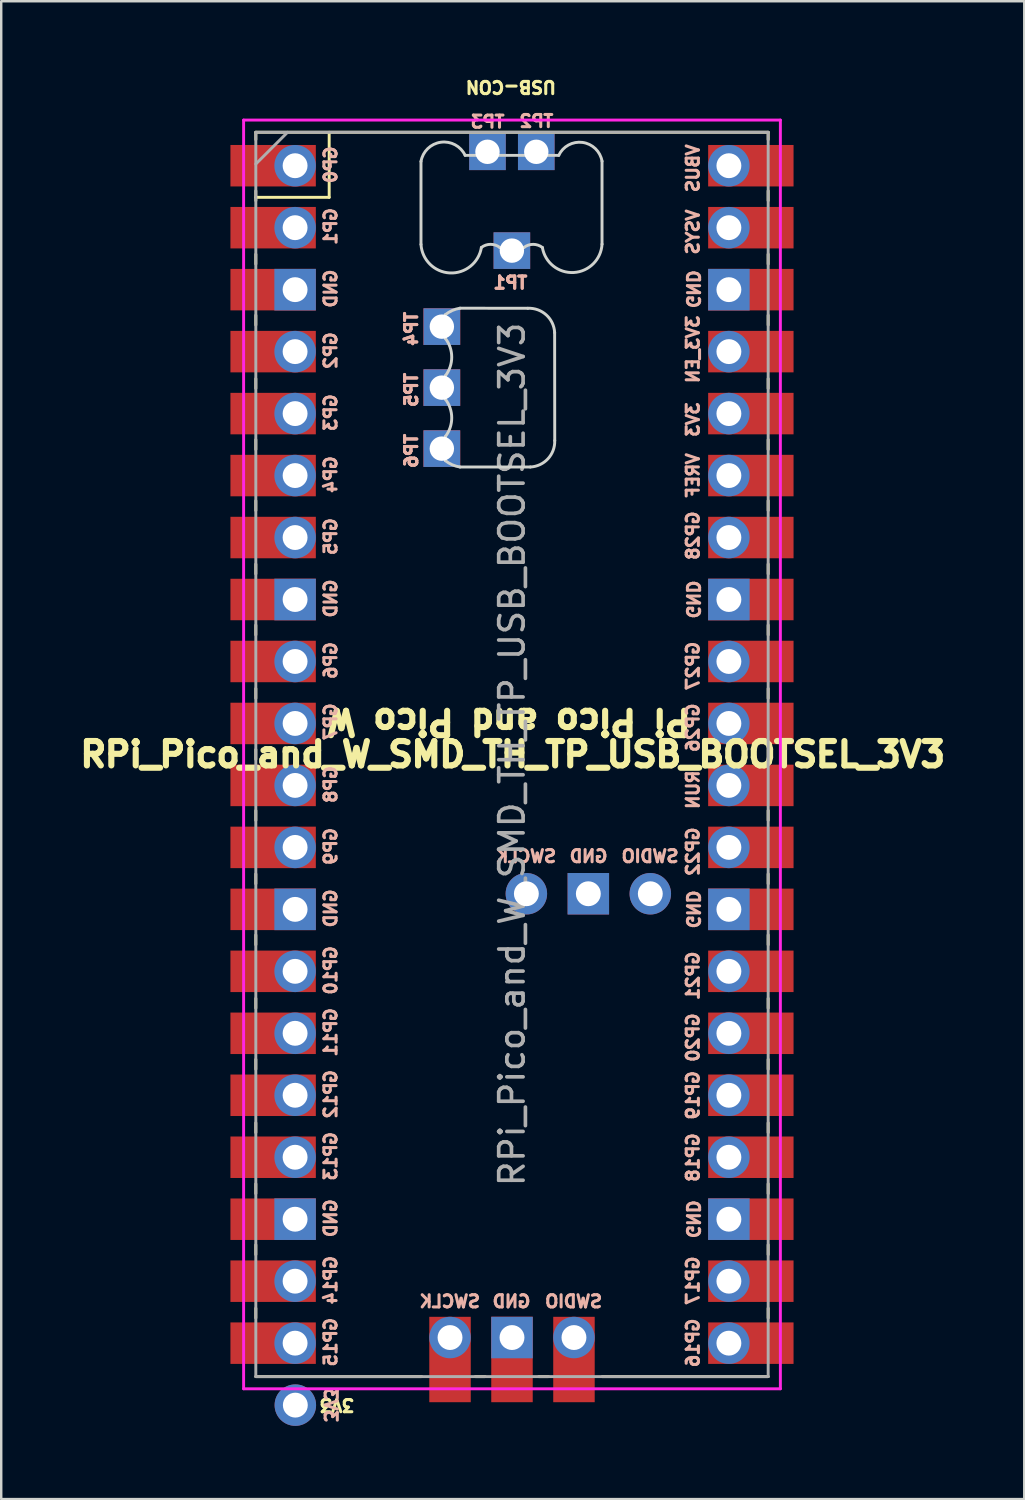
<source format=kicad_pcb>
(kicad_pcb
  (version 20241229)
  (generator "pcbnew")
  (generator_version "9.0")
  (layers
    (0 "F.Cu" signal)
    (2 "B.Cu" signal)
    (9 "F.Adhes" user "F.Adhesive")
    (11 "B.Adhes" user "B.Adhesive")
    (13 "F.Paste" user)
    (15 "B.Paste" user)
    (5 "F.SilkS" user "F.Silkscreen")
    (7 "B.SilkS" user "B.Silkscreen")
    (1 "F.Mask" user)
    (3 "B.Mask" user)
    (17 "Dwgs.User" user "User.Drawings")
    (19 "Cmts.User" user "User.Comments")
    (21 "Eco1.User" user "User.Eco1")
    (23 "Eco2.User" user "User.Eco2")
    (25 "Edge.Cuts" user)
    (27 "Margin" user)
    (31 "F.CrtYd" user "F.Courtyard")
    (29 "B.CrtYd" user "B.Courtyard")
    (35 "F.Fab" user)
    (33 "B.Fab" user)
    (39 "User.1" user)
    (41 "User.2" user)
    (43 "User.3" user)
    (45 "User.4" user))
  (footprint "RPi_Pico_and_W_SMD_TH_TP_USB_BOOTSEL_3V3"
    (layer "F.Cu")
    (at 17.935 27.872)
    (property "Reference" "RPi_Pico_and_W_SMD_TH_TP_USB_BOOTSEL_3V3" (at 0.03 0 180) (layer "F.SilkS") (effects (font (size 1 1) (thickness 0.25))))
    (attr through_hole)
    (fp_line (start -10.5 -25.5) (end -10.5 -25.2) (stroke (width 0.12) (type solid)) (layer "F.SilkS"))
    (fp_line (start -10.5 -25.5) (end 10.5 -25.5) (stroke (width 0.12) (type solid)) (layer "F.SilkS"))
    (fp_line (start -10.5 -23.1) (end -10.5 -22.7) (stroke (width 0.12) (type solid)) (layer "F.SilkS"))
    (fp_line (start -10.5 -22.833) (end -7.493 -22.833) (stroke (width 0.12) (type solid)) (layer "F.SilkS"))
    (fp_line (start -10.5 -20.5) (end -10.5 -20.1) (stroke (width 0.12) (type solid)) (layer "F.SilkS"))
    (fp_line (start -10.5 -18) (end -10.5 -17.6) (stroke (width 0.12) (type solid)) (layer "F.SilkS"))
    (fp_line (start -10.5 -15.4) (end -10.5 -15) (stroke (width 0.12) (type solid)) (layer "F.SilkS"))
    (fp_line (start -10.5 -12.9) (end -10.5 -12.5) (stroke (width 0.12) (type solid)) (layer "F.SilkS"))
    (fp_line (start -10.5 -10.4) (end -10.5 -10) (stroke (width 0.12) (type solid)) (layer "F.SilkS"))
    (fp_line (start -10.5 -7.8) (end -10.5 -7.4) (stroke (width 0.12) (type solid)) (layer "F.SilkS"))
    (fp_line (start -10.5 -5.3) (end -10.5 -4.9) (stroke (width 0.12) (type solid)) (layer "F.SilkS"))
    (fp_line (start -10.5 -2.7) (end -10.5 -2.3) (stroke (width 0.12) (type solid)) (layer "F.SilkS"))
    (fp_line (start -10.5 -0.2) (end -10.5 0.2) (stroke (width 0.12) (type solid)) (layer "F.SilkS"))
    (fp_line (start -10.5 2.3) (end -10.5 2.7) (stroke (width 0.12) (type solid)) (layer "F.SilkS"))
    (fp_line (start -10.5 4.9) (end -10.5 5.3) (stroke (width 0.12) (type solid)) (layer "F.SilkS"))
    (fp_line (start -10.5 7.4) (end -10.5 7.8) (stroke (width 0.12) (type solid)) (layer "F.SilkS"))
    (fp_line (start -10.5 10) (end -10.5 10.4) (stroke (width 0.12) (type solid)) (layer "F.SilkS"))
    (fp_line (start -10.5 12.5) (end -10.5 12.9) (stroke (width 0.12) (type solid)) (layer "F.SilkS"))
    (fp_line (start -10.5 15.1) (end -10.5 15.5) (stroke (width 0.12) (type solid)) (layer "F.SilkS"))
    (fp_line (start -10.5 17.6) (end -10.5 18) (stroke (width 0.12) (type solid)) (layer "F.SilkS"))
    (fp_line (start -10.5 20.1) (end -10.5 20.5) (stroke (width 0.12) (type solid)) (layer "F.SilkS"))
    (fp_line (start -10.5 22.7) (end -10.5 23.1) (stroke (width 0.12) (type solid)) (layer "F.SilkS"))
    (fp_line (start -7.493 -22.833) (end -7.493 -25.5) (stroke (width 0.12) (type solid)) (layer "F.SilkS"))
    (fp_line (start -3.7 25.5) (end -10.5 25.5) (stroke (width 0.12) (type solid)) (layer "F.SilkS"))
    (fp_line (start -1.5 25.5) (end -1.1 25.5) (stroke (width 0.12) (type solid)) (layer "F.SilkS"))
    (fp_line (start 1.1 25.5) (end 1.5 25.5) (stroke (width 0.12) (type solid)) (layer "F.SilkS"))
    (fp_line (start 10.5 -25.5) (end 10.5 -25.2) (stroke (width 0.12) (type solid)) (layer "F.SilkS"))
    (fp_line (start 10.5 -23.1) (end 10.5 -22.7) (stroke (width 0.12) (type solid)) (layer "F.SilkS"))
    (fp_line (start 10.5 -20.5) (end 10.5 -20.1) (stroke (width 0.12) (type solid)) (layer "F.SilkS"))
    (fp_line (start 10.5 -18) (end 10.5 -17.6) (stroke (width 0.12) (type solid)) (layer "F.SilkS"))
    (fp_line (start 10.5 -15.4) (end 10.5 -15) (stroke (width 0.12) (type solid)) (layer "F.SilkS"))
    (fp_line (start 10.5 -12.9) (end 10.5 -12.5) (stroke (width 0.12) (type solid)) (layer "F.SilkS"))
    (fp_line (start 10.5 -10.4) (end 10.5 -10) (stroke (width 0.12) (type solid)) (layer "F.SilkS"))
    (fp_line (start 10.5 -7.8) (end 10.5 -7.4) (stroke (width 0.12) (type solid)) (layer "F.SilkS"))
    (fp_line (start 10.5 -5.3) (end 10.5 -4.9) (stroke (width 0.12) (type solid)) (layer "F.SilkS"))
    (fp_line (start 10.5 -2.7) (end 10.5 -2.3) (stroke (width 0.12) (type solid)) (layer "F.SilkS"))
    (fp_line (start 10.5 -0.2) (end 10.5 0.2) (stroke (width 0.12) (type solid)) (layer "F.SilkS"))
    (fp_line (start 10.5 2.3) (end 10.5 2.7) (stroke (width 0.12) (type solid)) (layer "F.SilkS"))
    (fp_line (start 10.5 4.9) (end 10.5 5.3) (stroke (width 0.12) (type solid)) (layer "F.SilkS"))
    (fp_line (start 10.5 7.4) (end 10.5 7.8) (stroke (width 0.12) (type solid)) (layer "F.SilkS"))
    (fp_line (start 10.5 10) (end 10.5 10.4) (stroke (width 0.12) (type solid)) (layer "F.SilkS"))
    (fp_line (start 10.5 12.5) (end 10.5 12.9) (stroke (width 0.12) (type solid)) (layer "F.SilkS"))
    (fp_line (start 10.5 15.1) (end 10.5 15.5) (stroke (width 0.12) (type solid)) (layer "F.SilkS"))
    (fp_line (start 10.5 17.6) (end 10.5 18) (stroke (width 0.12) (type solid)) (layer "F.SilkS"))
    (fp_line (start 10.5 20.1) (end 10.5 20.5) (stroke (width 0.12) (type solid)) (layer "F.SilkS"))
    (fp_line (start 10.5 22.7) (end 10.5 23.1) (stroke (width 0.12) (type solid)) (layer "F.SilkS"))
    (fp_line (start 10.5 25.5) (end 3.7 25.5) (stroke (width 0.12) (type solid)) (layer "F.SilkS"))
    (fp_line (start -3.73 -24.304) (end -3.73 -20.904) (stroke (width 0.12) (type solid)) (layer "Edge.Cuts"))
    (fp_line (start -2.73 -17.05) (end -2.734 -18.02) (stroke (width 0.12) (type solid)) (layer "Edge.Cuts"))
    (fp_line (start -2.73 -14.56) (end -2.73 -15.52) (stroke (width 0.12) (type solid)) (layer "Edge.Cuts"))
    (fp_line (start -2.73 -12.04) (end -2.73 -13.03) (stroke (width 0.12) (type solid)) (layer "Edge.Cuts"))
    (fp_line (start -2.13 -18.29) (end 0.648 -18.286) (stroke (width 0.12) (type solid)) (layer "Edge.Cuts"))
    (fp_line (start -1.92 -24.554) (end 1.915 -24.554) (stroke (width 0.12) (type solid)) (layer "Edge.Cuts"))
    (fp_line (start -0.5 -20.78) (end 0.49 -20.78) (stroke (width 0.12) (type solid)) (layer "Edge.Cuts"))
    (fp_line (start 0.752 -11.781) (end -2.13 -11.78) (stroke (width 0.12) (type solid)) (layer "Edge.Cuts"))
    (fp_line (start 1.748 -17.286) (end 1.752 -12.864) (stroke (width 0.12) (type solid)) (layer "Edge.Cuts"))
    (fp_line (start 3.69 -24.314) (end 3.69 -20.914) (stroke (width 0.12) (type solid)) (layer "Edge.Cuts"))
    (fp_arc (start -3.729557 -24.303909) (mid -2.916528 -25.092451) (end -1.92 -24.55417) (stroke (width 0.12) (type solid)) (layer "Edge.Cuts"))
    (fp_arc (start -2.734461 -18.020473) (mid -2.449972 -18.195026) (end -2.13 -18.29) (stroke (width 0.12) (type solid)) (layer "Edge.Cuts"))
    (fp_arc (start -2.73 -17.05) (mid -2.470317 -16.285) (end -2.73 -15.52) (stroke (width 0.12) (type solid)) (layer "Edge.Cuts"))
    (fp_arc (start -2.73 -14.56) (mid -2.470317 -13.795) (end -2.73 -13.03) (stroke (width 0.12) (type solid)) (layer "Edge.Cuts"))
    (fp_arc (start -2.13 -11.78) (mid -2.446893 -11.870533) (end -2.729557 -12.04) (stroke (width 0.12) (type solid)) (layer "Edge.Cuts"))
    (fp_arc (start -1.254557 -20.778909) (mid -2.547941 -19.734906) (end -3.729557 -20.903909) (stroke (width 0.12) (type solid)) (layer "Edge.Cuts"))
    (fp_arc (start -1.254557 -20.778909) (mid -0.877463 -20.907346) (end -0.5 -20.78) (stroke (width 0.12) (type solid)) (layer "Edge.Cuts"))
    (fp_arc (start 0.49 -20.78) (mid 0.867949 -20.906685) (end 1.245443 -20.778649) (stroke (width 0.12) (type solid)) (layer "Edge.Cuts"))
    (fp_arc (start 0.648336 -18.286092) (mid 1.405442 -18.013909) (end 1.748336 -17.286092) (stroke (width 0.12) (type solid)) (layer "Edge.Cuts"))
    (fp_arc (start 1.751665 -12.863909) (mid 1.473464 -12.117642) (end 0.751665 -11.781016) (stroke (width 0.12) (type solid)) (layer "Edge.Cuts"))
    (fp_arc (start 1.915451 -24.553649) (mid 2.890665 -25.084764) (end 3.690451 -24.314395) (stroke (width 0.12) (type solid)) (layer "Edge.Cuts"))
    (fp_arc (start 3.690451 -20.914395) (mid 2.52865 -19.753162) (end 1.245443 -20.778649) (stroke (width 0.12) (type solid)) (layer "Edge.Cuts"))
    (fp_line (start -11 -26) (end 11 -26) (stroke (width 0.12) (type solid)) (layer "F.CrtYd"))
    (fp_line (start -11 26) (end -11 -26) (stroke (width 0.12) (type solid)) (layer "F.CrtYd"))
    (fp_line (start 11 -26) (end 11 26) (stroke (width 0.12) (type solid)) (layer "F.CrtYd"))
    (fp_line (start 11 26) (end -11 26) (stroke (width 0.12) (type solid)) (layer "F.CrtYd"))
    (fp_line (start -10.5 -25.5) (end 10.5 -25.5) (stroke (width 0.12) (type solid)) (layer "F.Fab"))
    (fp_line (start -10.5 -24.2) (end -9.2 -25.5) (stroke (width 0.12) (type solid)) (layer "F.Fab"))
    (fp_line (start -10.5 25.5) (end -10.5 -25.5) (stroke (width 0.12) (type solid)) (layer "F.Fab"))
    (fp_line (start 10.5 -25.5) (end 10.5 25.5) (stroke (width 0.12) (type solid)) (layer "F.Fab"))
    (fp_line (start 10.5 25.5) (end -10.5 25.5) (stroke (width 0.12) (type solid)) (layer "F.Fab"))
    (fp_text user "Pi Pico and Pico W" (at -0.135 -1.34 180) (unlocked yes) (layer "F.SilkS") (effects (font (size 1 1) (thickness 0.25))))
    (fp_text user "3V3" (at -7.183 26.665 180) (unlocked yes) (layer "F.SilkS") (effects (font (size 0.5 0.5) (thickness 0.125))))
    (fp_text user "USB-CON" (at -0.045 -27.36 180) (unlocked yes) (layer "F.SilkS") (effects (font (size 0.5 0.5) (thickness 0.125))))
    (fp_text user "GP5" (at -7.435 -8.93 270) (layer "B.SilkS") (effects (font (size 0.5 0.5) (thickness 0.125)) (justify mirror)))
    (fp_text user "VSYS" (at 7.415 -21.415 270) (layer "B.SilkS") (effects (font (size 0.5 0.5) (thickness 0.125)) (justify mirror)))
    (fp_text user "GP8" (at -7.435 1.23 270) (layer "B.SilkS") (effects (font (size 0.5 0.5) (thickness 0.125)) (justify mirror)))
    (fp_text user "GND" (at -7.435 6.31 270) (layer "B.SilkS") (effects (font (size 0.5 0.5) (thickness 0.125)) (justify mirror)))
    (fp_text user "GP15" (at -7.435 24.09 270) (layer "B.SilkS") (effects (font (size 0.5 0.5) (thickness 0.125)) (justify mirror)))
    (fp_text user "GP13" (at -7.435 16.47 270) (layer "B.SilkS") (effects (font (size 0.5 0.5) (thickness 0.125)) (justify mirror)))
    (fp_text user "SWDIO" (at 5.66 4.174 180) (layer "B.SilkS") (effects (font (size 0.5 0.5) (thickness 0.125)) (justify mirror)))
    (fp_text user "GP22" (at 7.415 3.985 270) (layer "B.SilkS") (effects (font (size 0.5 0.5) (thickness 0.125)) (justify mirror)))
    (fp_text user "GP6" (at -7.435 -3.85 270) (layer "B.SilkS") (effects (font (size 0.5 0.5) (thickness 0.125)) (justify mirror)))
    (fp_text user "GP0" (at -7.435 -24.17 270) (layer "B.SilkS") (effects (font (size 0.5 0.5) (thickness 0.125)) (justify mirror)))
    (fp_text user "GND" (at 7.415 -19.07 270) (unlocked yes) (layer "B.SilkS") (effects (font (size 0.5 0.5) (thickness 0.125)) (justify mirror)))
    (fp_text user "GP26" (at 7.415 -1.095 270) (layer "B.SilkS") (effects (font (size 0.5 0.5) (thickness 0.125)) (justify mirror)))
    (fp_text user "SWCLK" (at -2.55 22.42 180) (layer "B.SilkS") (effects (font (size 0.5 0.5) (thickness 0.125)) (justify mirror)))
    (fp_text user "TP3" (at -1 -25.93 180) (layer "B.SilkS") (effects (font (size 0.5 0.5) (thickness 0.125)) (justify mirror)))
    (fp_text user "GP7" (at -7.435 -1.34 270) (layer "B.SilkS") (effects (font (size 0.5 0.5) (thickness 0.125)) (justify mirror)))
    (fp_text user "GP1" (at -7.435 -21.64 270) (layer "B.SilkS") (effects (font (size 0.5 0.5) (thickness 0.125)) (justify mirror)))
    (fp_text user "GP16" (at 7.415 24.12 270) (layer "B.SilkS") (effects (font (size 0.5 0.5) (thickness 0.125)) (justify mirror)))
    (fp_text user "SWDIO" (at 2.525 22.42 180) (layer "B.SilkS") (effects (font (size 0.5 0.5) (thickness 0.125)) (justify mirror)))
    (fp_text user "GP19" (at 7.415 13.97 270) (layer "B.SilkS") (effects (font (size 0.5 0.5) (thickness 0.125)) (justify mirror)))
    (fp_text user "TP6" (at -4.125 -12.44 270) (layer "B.SilkS") (effects (font (size 0.5 0.5) (thickness 0.125)) (justify mirror)))
    (fp_text user "GP4" (at -7.435 -11.47 270) (layer "B.SilkS") (effects (font (size 0.5 0.5) (thickness 0.125)) (justify mirror)))
    (fp_text user "GND" (at -0.02 22.42 180) (layer "B.SilkS") (effects (font (size 0.5 0.5) (thickness 0.125)) (justify mirror)))
    (fp_text user "TP5" (at -4.13 -14.944 270) (layer "B.SilkS") (effects (font (size 0.5 0.5) (thickness 0.125)) (justify mirror)))
    (fp_text user "GP18" (at 7.415 16.52 270) (layer "B.SilkS") (effects (font (size 0.5 0.5) (thickness 0.125)) (justify mirror)))
    (fp_text user "GND" (at 7.415 -6.35 270) (unlocked yes) (layer "B.SilkS") (effects (font (size 0.5 0.5) (thickness 0.125)) (justify mirror)))
    (fp_text user "GP17" (at 7.415 21.57 270) (layer "B.SilkS") (effects (font (size 0.5 0.5) (thickness 0.125)) (justify mirror)))
    (fp_text user "GP11" (at -7.435 11.39 270) (layer "B.SilkS") (effects (font (size 0.5 0.5) (thickness 0.125)) (justify mirror)))
    (fp_text user "GP28" (at 7.415 -8.969 270) (layer "B.SilkS") (effects (font (size 0.5 0.5) (thickness 0.125)) (justify mirror)))
    (fp_text user "GND" (at 3.14 4.174 180) (layer "B.SilkS") (effects (font (size 0.5 0.5) (thickness 0.125)) (justify mirror)))
    (fp_text user "GP21" (at 7.415 9.075 270) (layer "B.SilkS") (effects (font (size 0.5 0.5) (thickness 0.125)) (justify mirror)))
    (fp_text user "GP12" (at -7.435 13.93 270) (layer "B.SilkS") (effects (font (size 0.5 0.5) (thickness 0.125)) (justify mirror)))
    (fp_text user "VBUS" (at 7.415 -24.025 270) (layer "B.SilkS") (effects (font (size 0.5 0.5) (thickness 0.125)) (justify mirror)))
    (fp_text user "GP10" (at -7.435 8.85 270) (layer "B.SilkS") (effects (font (size 0.5 0.5) (thickness 0.125)) (justify mirror)))
    (fp_text user "GP20" (at 7.415 11.605 270) (layer "B.SilkS") (effects (font (size 0.5 0.5) (thickness 0.125)) (justify mirror)))
    (fp_text user "GND" (at -7.435 -19.09 270) (layer "B.SilkS") (effects (font (size 0.5 0.5) (thickness 0.125)) (justify mirror)))
    (fp_text user "TP2" (at 1 -25.955 180) (layer "B.SilkS") (effects (font (size 0.5 0.5) (thickness 0.125)) (justify mirror)))
    (fp_text user "3V3" (at -7.435 26.665 270) (unlocked yes) (layer "B.SilkS") (effects (font (size 0.5 0.5) (thickness 0.125)) (justify mirror)))
    (fp_text user "TP5" (at -4.125 -14.94 270) (layer "B.SilkS") (effects (font (size 0.5 0.5) (thickness 0.125)) (justify mirror)))
    (fp_text user "GND" (at -7.435 -6.39 270) (layer "B.SilkS") (effects (font (size 0.5 0.5) (thickness 0.125)) (justify mirror)))
    (fp_text user "TP1" (at -0.07 -19.33 180) (layer "B.SilkS") (effects (font (size 0.5 0.5) (thickness 0.125)) (justify mirror)))
    (fp_text user "GND" (at 7.415 6.35 270) (unlocked yes) (layer "B.SilkS") (effects (font (size 0.5 0.5) (thickness 0.125)) (justify mirror)))
    (fp_text user "3V3_EN" (at 7.415 -16.605 270) (layer "B.SilkS") (effects (font (size 0.5 0.5) (thickness 0.125)) (justify mirror)))
    (fp_text user "GP9" (at -7.435 3.77 270) (layer "B.SilkS") (effects (font (size 0.5 0.5) (thickness 0.125)) (justify mirror)))
    (fp_text user "3V3" (at 7.415 -13.725 270) (layer "B.SilkS") (effects (font (size 0.5 0.5) (thickness 0.125)) (justify mirror)))
    (fp_text user "GND" (at 7.415 19.05 270) (unlocked yes) (layer "B.SilkS") (effects (font (size 0.5 0.5) (thickness 0.125)) (justify mirror)))
    (fp_text user "GP14" (at -7.435 21.55 270) (layer "B.SilkS") (effects (font (size 0.5 0.5) (thickness 0.125)) (justify mirror)))
    (fp_text user "TP4" (at -4.13 -17.444 270) (layer "B.SilkS") (effects (font (size 0.5 0.5) (thickness 0.125)) (justify mirror)))
    (fp_text user "SWCLK" (at 0.57 4.174 180) (layer "B.SilkS") (effects (font (size 0.5 0.5) (thickness 0.125)) (justify mirror)))
    (fp_text user "RUN" (at 7.415 1.445 270) (layer "B.SilkS") (effects (font (size 0.5 0.5) (thickness 0.125)) (justify mirror)))
    (fp_text user "TP1" (at -0.066 -19.335 180) (layer "B.SilkS") (effects (font (size 0.5 0.5) (thickness 0.125)) (justify mirror)))
    (fp_text user "GP27" (at 7.415 -3.625 270) (layer "B.SilkS") (effects (font (size 0.5 0.5) (thickness 0.125)) (justify mirror)))
    (fp_text user "TP4" (at -4.125 -17.44 270) (layer "B.SilkS") (effects (font (size 0.5 0.5) (thickness 0.125)) (justify mirror)))
    (fp_text user "TP6" (at -4.13 -12.444 270) (layer "B.SilkS") (effects (font (size 0.5 0.5) (thickness 0.125)) (justify mirror)))
    (fp_text user "VREF" (at 7.415 -11.426 270) (layer "B.SilkS") (effects (font (size 0.5 0.5) (thickness 0.125)) (justify mirror)))
    (fp_text user "GND" (at -7.435 19.01 270) (layer "B.SilkS") (effects (font (size 0.5 0.5) (thickness 0.125)) (justify mirror)))
    (fp_text user "GP3" (at -7.435 -14.01 270) (layer "B.SilkS") (effects (font (size 0.5 0.5) (thickness 0.125)) (justify mirror)))
    (fp_text user "GP2" (at -7.435 -16.55 270) (layer "B.SilkS") (effects (font (size 0.5 0.5) (thickness 0.125)) (justify mirror)))
    (fp_text user "${REFERENCE}" (at 0 0 270) (layer "F.Fab") (effects (font (size 1 1) (thickness 0.15))))
    (pad "1" thru_hole oval (at -8.89 -24.13) (size 1.7 1.7) (drill 1.02) (layers "*.Cu" "*.Mask"))
    (pad "1" smd rect (at -8.89 -24.13) (size 3.5 1.7) (drill (offset -0.9 0)) (layers "F.Cu" "F.Mask"))
    (pad "2" thru_hole oval (at -8.89 -21.59) (size 1.7 1.7) (drill 1.02) (layers "*.Cu" "*.Mask"))
    (pad "2" smd rect (at -8.89 -21.59) (size 3.5 1.7) (drill (offset -0.9 0)) (layers "F.Cu" "F.Mask"))
    (pad "3" thru_hole rect (at -8.89 -19.05) (size 1.7 1.7) (drill 1.02) (layers "*.Cu" "*.Mask"))
    (pad "3" smd rect (at -8.89 -19.05) (size 3.5 1.7) (drill (offset -0.9 0)) (layers "F.Cu" "F.Mask"))
    (pad "4" thru_hole oval (at -8.89 -16.51) (size 1.7 1.7) (drill 1.02) (layers "*.Cu" "*.Mask"))
    (pad "4" smd rect (at -8.89 -16.51) (size 3.5 1.7) (drill (offset -0.9 0)) (layers "F.Cu" "F.Mask"))
    (pad "5" thru_hole oval (at -8.89 -13.97) (size 1.7 1.7) (drill 1.02) (layers "*.Cu" "*.Mask"))
    (pad "5" smd rect (at -8.89 -13.97) (size 3.5 1.7) (drill (offset -0.9 0)) (layers "F.Cu" "F.Mask"))
    (pad "6" thru_hole oval (at -8.89 -11.43) (size 1.7 1.7) (drill 1.02) (layers "*.Cu" "*.Mask"))
    (pad "6" smd rect (at -8.89 -11.43) (size 3.5 1.7) (drill (offset -0.9 0)) (layers "F.Cu" "F.Mask"))
    (pad "7" thru_hole oval (at -8.89 -8.89) (size 1.7 1.7) (drill 1.02) (layers "*.Cu" "*.Mask"))
    (pad "7" smd rect (at -8.89 -8.89) (size 3.5 1.7) (drill (offset -0.9 0)) (layers "F.Cu" "F.Mask"))
    (pad "8" thru_hole rect (at -8.89 -6.35) (size 1.7 1.7) (drill 1.02) (layers "*.Cu" "*.Mask"))
    (pad "8" smd rect (at -8.89 -6.35) (size 3.5 1.7) (drill (offset -0.9 0)) (layers "F.Cu" "F.Mask"))
    (pad "9" thru_hole oval (at -8.89 -3.81) (size 1.7 1.7) (drill 1.02) (layers "*.Cu" "*.Mask"))
    (pad "9" smd rect (at -8.89 -3.81) (size 3.5 1.7) (drill (offset -0.9 0)) (layers "F.Cu" "F.Mask"))
    (pad "10" thru_hole oval (at -8.89 -1.27) (size 1.7 1.7) (drill 1.02) (layers "*.Cu" "*.Mask"))
    (pad "10" smd rect (at -8.89 -1.27) (size 3.5 1.7) (drill (offset -0.9 0)) (layers "F.Cu" "F.Mask"))
    (pad "11" thru_hole oval (at -8.89 1.27) (size 1.7 1.7) (drill 1.02) (layers "*.Cu" "*.Mask"))
    (pad "11" smd rect (at -8.89 1.27) (size 3.5 1.7) (drill (offset -0.9 0)) (layers "F.Cu" "F.Mask"))
    (pad "12" thru_hole oval (at -8.89 3.81) (size 1.7 1.7) (drill 1.02) (layers "*.Cu" "*.Mask"))
    (pad "12" smd rect (at -8.89 3.81) (size 3.5 1.7) (drill (offset -0.9 0)) (layers "F.Cu" "F.Mask"))
    (pad "13" thru_hole rect (at -8.89 6.35) (size 1.7 1.7) (drill 1.02) (layers "*.Cu" "*.Mask"))
    (pad "13" smd rect (at -8.89 6.35) (size 3.5 1.7) (drill (offset -0.9 0)) (layers "F.Cu" "F.Mask"))
    (pad "14" thru_hole oval (at -8.89 8.89) (size 1.7 1.7) (drill 1.02) (layers "*.Cu" "*.Mask"))
    (pad "14" smd rect (at -8.89 8.89) (size 3.5 1.7) (drill (offset -0.9 0)) (layers "F.Cu" "F.Mask"))
    (pad "15" thru_hole oval (at -8.89 11.43) (size 1.7 1.7) (drill 1.02) (layers "*.Cu" "*.Mask"))
    (pad "15" smd rect (at -8.89 11.43) (size 3.5 1.7) (drill (offset -0.9 0)) (layers "F.Cu" "F.Mask"))
    (pad "16" thru_hole oval (at -8.89 13.97) (size 1.7 1.7) (drill 1.02) (layers "*.Cu" "*.Mask"))
    (pad "16" smd rect (at -8.89 13.97) (size 3.5 1.7) (drill (offset -0.9 0)) (layers "F.Cu" "F.Mask"))
    (pad "17" thru_hole oval (at -8.89 16.51) (size 1.7 1.7) (drill 1.02) (layers "*.Cu" "*.Mask"))
    (pad "17" smd rect (at -8.89 16.51) (size 3.5 1.7) (drill (offset -0.9 0)) (layers "F.Cu" "F.Mask"))
    (pad "18" thru_hole rect (at -8.89 19.05) (size 1.7 1.7) (drill 1.02) (layers "*.Cu" "*.Mask"))
    (pad "18" smd rect (at -8.89 19.05) (size 3.5 1.7) (drill (offset -0.9 0)) (layers "F.Cu" "F.Mask"))
    (pad "19" thru_hole oval (at -8.89 21.59) (size 1.7 1.7) (drill 1.02) (layers "*.Cu" "*.Mask"))
    (pad "19" smd rect (at -8.89 21.59) (size 3.5 1.7) (drill (offset -0.9 0)) (layers "F.Cu" "F.Mask"))
    (pad "20" thru_hole oval (at -8.89 24.13) (size 1.7 1.7) (drill 1.02) (layers "*.Cu" "*.Mask"))
    (pad "20" smd rect (at -8.89 24.13) (size 3.5 1.7) (drill (offset -0.9 0)) (layers "F.Cu" "F.Mask"))
    (pad "21" thru_hole oval (at 8.89 24.13) (size 1.7 1.7) (drill 1.02) (layers "*.Cu" "*.Mask"))
    (pad "21" smd rect (at 8.89 24.13) (size 3.5 1.7) (drill (offset 0.9 0)) (layers "F.Cu" "F.Mask"))
    (pad "22" thru_hole oval (at 8.89 21.59) (size 1.7 1.7) (drill 1.02) (layers "*.Cu" "*.Mask"))
    (pad "22" smd rect (at 8.89 21.59) (size 3.5 1.7) (drill (offset 0.9 0)) (layers "F.Cu" "F.Mask"))
    (pad "23" thru_hole rect (at 8.89 19.05) (size 1.7 1.7) (drill 1.02) (layers "*.Cu" "*.Mask"))
    (pad "23" smd rect (at 8.89 19.05) (size 3.5 1.7) (drill (offset 0.9 0)) (layers "F.Cu" "F.Mask"))
    (pad "24" thru_hole oval (at 8.89 16.51) (size 1.7 1.7) (drill 1.02) (layers "*.Cu" "*.Mask"))
    (pad "24" smd rect (at 8.89 16.51) (size 3.5 1.7) (drill (offset 0.9 0)) (layers "F.Cu" "F.Mask"))
    (pad "25" thru_hole oval (at 8.89 13.97) (size 1.7 1.7) (drill 1.02) (layers "*.Cu" "*.Mask"))
    (pad "25" smd rect (at 8.89 13.97) (size 3.5 1.7) (drill (offset 0.9 0)) (layers "F.Cu" "F.Mask"))
    (pad "26" thru_hole oval (at 8.89 11.43) (size 1.7 1.7) (drill 1.02) (layers "*.Cu" "*.Mask"))
    (pad "26" smd rect (at 8.89 11.43) (size 3.5 1.7) (drill (offset 0.9 0)) (layers "F.Cu" "F.Mask"))
    (pad "27" thru_hole oval (at 8.89 8.89) (size 1.7 1.7) (drill 1.02) (layers "*.Cu" "*.Mask"))
    (pad "27" smd rect (at 8.89 8.89) (size 3.5 1.7) (drill (offset 0.9 0)) (layers "F.Cu" "F.Mask"))
    (pad "28" thru_hole rect (at 8.89 6.35) (size 1.7 1.7) (drill 1.02) (layers "*.Cu" "*.Mask"))
    (pad "28" smd rect (at 8.89 6.35) (size 3.5 1.7) (drill (offset 0.9 0)) (layers "F.Cu" "F.Mask"))
    (pad "29" thru_hole oval (at 8.89 3.81) (size 1.7 1.7) (drill 1.02) (layers "*.Cu" "*.Mask"))
    (pad "29" smd rect (at 8.89 3.81) (size 3.5 1.7) (drill (offset 0.9 0)) (layers "F.Cu" "F.Mask"))
    (pad "30" thru_hole oval (at 8.89 1.27) (size 1.7 1.7) (drill 1.02) (layers "*.Cu" "*.Mask"))
    (pad "30" smd rect (at 8.89 1.27) (size 3.5 1.7) (drill (offset 0.9 0)) (layers "F.Cu" "F.Mask"))
    (pad "31" thru_hole oval (at 8.89 -1.27) (size 1.7 1.7) (drill 1.02) (layers "*.Cu" "*.Mask"))
    (pad "31" smd rect (at 8.89 -1.27) (size 3.5 1.7) (drill (offset 0.9 0)) (layers "F.Cu" "F.Mask"))
    (pad "32" thru_hole oval (at 8.89 -3.81) (size 1.7 1.7) (drill 1.02) (layers "*.Cu" "*.Mask"))
    (pad "32" smd rect (at 8.89 -3.81) (size 3.5 1.7) (drill (offset 0.9 0)) (layers "F.Cu" "F.Mask"))
    (pad "33" thru_hole rect (at 8.89 -6.35) (size 1.7 1.7) (drill 1.02) (layers "*.Cu" "*.Mask"))
    (pad "33" smd rect (at 8.89 -6.35) (size 3.5 1.7) (drill (offset 0.9 0)) (layers "F.Cu" "F.Mask"))
    (pad "34" thru_hole oval (at 8.89 -8.89) (size 1.7 1.7) (drill 1.02) (layers "*.Cu" "*.Mask"))
    (pad "34" smd rect (at 8.89 -8.89) (size 3.5 1.7) (drill (offset 0.9 0)) (layers "F.Cu" "F.Mask"))
    (pad "35" thru_hole oval (at 8.89 -11.43) (size 1.7 1.7) (drill 1.02) (layers "*.Cu" "*.Mask"))
    (pad "35" smd rect (at 8.89 -11.43) (size 3.5 1.7) (drill (offset 0.9 0)) (layers "F.Cu" "F.Mask"))
    (pad "36" thru_hole oval (at -8.88 26.67) (size 1.7 1.7) (drill 1.02) (layers "*.Cu" "*.Mask"))
    (pad "36" thru_hole oval (at 8.89 -13.97) (size 1.7 1.7) (drill 1.02) (layers "*.Cu" "*.Mask"))
    (pad "36" smd rect (at 8.89 -13.97) (size 3.5 1.7) (drill (offset 0.9 0)) (layers "F.Cu" "F.Mask"))
    (pad "37" thru_hole oval (at 8.89 -16.51) (size 1.7 1.7) (drill 1.02) (layers "*.Cu" "*.Mask"))
    (pad "37" smd rect (at 8.89 -16.51) (size 3.5 1.7) (drill (offset 0.9 0)) (layers "F.Cu" "F.Mask"))
    (pad "38" thru_hole rect (at 8.89 -19.05) (size 1.7 1.7) (drill 1.02) (layers "*.Cu" "*.Mask"))
    (pad "38" smd rect (at 8.89 -19.05) (size 3.5 1.7) (drill (offset 0.9 0)) (layers "F.Cu" "F.Mask"))
    (pad "39" thru_hole oval (at 8.89 -21.59) (size 1.7 1.7) (drill 1.02) (layers "*.Cu" "*.Mask"))
    (pad "39" smd rect (at 8.89 -21.59) (size 3.5 1.7) (drill (offset 0.9 0)) (layers "F.Cu" "F.Mask"))
    (pad "40" thru_hole oval (at 8.89 -24.13) (size 1.7 1.7) (drill 1.02) (layers "*.Cu" "*.Mask"))
    (pad "40" smd rect (at 8.89 -24.13) (size 3.5 1.7) (drill (offset 0.9 0)) (layers "F.Cu" "F.Mask"))
    (pad "41" thru_hole oval (at -2.54 23.9) (size 1.7 1.7) (drill 1.02) (layers "*.Cu" "*.Mask"))
    (pad "41" smd rect (at -2.54 23.9 90) (size 3.5 1.7) (drill (offset -0.9 0)) (layers "F.Cu" "F.Mask"))
    (pad "41" thru_hole oval (at 0.589 5.71) (size 1.7 1.7) (drill 1.02) (layers "*.Cu" "*.Mask"))
    (pad "42" thru_hole rect (at 0 23.9) (size 1.7 1.7) (drill 1.02) (layers "*.Cu" "*.Mask"))
    (pad "42" smd rect (at 0 23.9 90) (size 3.5 1.7) (drill (offset -0.9 0)) (layers "F.Cu" "F.Mask"))
    (pad "42" thru_hole rect (at 3.129 5.71) (size 1.7 1.7) (drill 1.02) (layers "*.Cu" "*.Mask"))
    (pad "43" thru_hole oval (at 2.54 23.9) (size 1.7 1.7) (drill 1.02) (layers "*.Cu" "*.Mask"))
    (pad "43" smd rect (at 2.54 23.9 90) (size 3.5 1.7) (drill (offset -0.9 0)) (layers "F.Cu" "F.Mask"))
    (pad "43" thru_hole oval (at 5.669 5.71) (size 1.7 1.7) (drill 1.02) (layers "*.Cu" "*.Mask"))
    (pad "TP1" thru_hole rect (at -0.005 -20.65) (size 1.5 1.5) (drill 1) (layers "*.Cu" "*.Mask"))
    (pad "TP2" thru_hole rect (at 0.995 -24.7) (size 1.5 1.5) (drill 1) (layers "*.Cu" "*.Mask"))
    (pad "TP3" thru_hole rect (at -1.005 -24.7) (size 1.5 1.5) (drill oval 1) (layers "*.Cu" "*.Mask"))
    (pad "TP4" smd rect (at -2.875 -17.534 90) (size 1.5 1.5) (layers "F.Cu"))
    (pad "TP4" thru_hole rect (at -2.875 -17.534) (size 1.5 1.5) (drill 1) (layers "*.Cu" "*.Mask"))
    (pad "TP5" smd rect (at -2.875 -15.034 90) (size 1.5 1.5) (layers "F.Cu"))
    (pad "TP5" thru_hole rect (at -2.875 -15.034) (size 1.5 1.5) (drill 1) (layers "*.Cu" "*.Mask"))
    (pad "TP6" smd rect (at -2.875 -12.534 90) (size 1.5 1.5) (layers "F.Cu"))
    (pad "TP6" thru_hole rect (at -2.875 -12.534) (size 1.5 1.5) (drill 1) (layers "*.Cu" "*.Mask")))
  (gr_rect
    (start -3 -3)
    (end 38.931 58.392)
    (stroke (width 0.1) (type default))
    (fill no)
    (layer "Edge.Cuts")))
</source>
